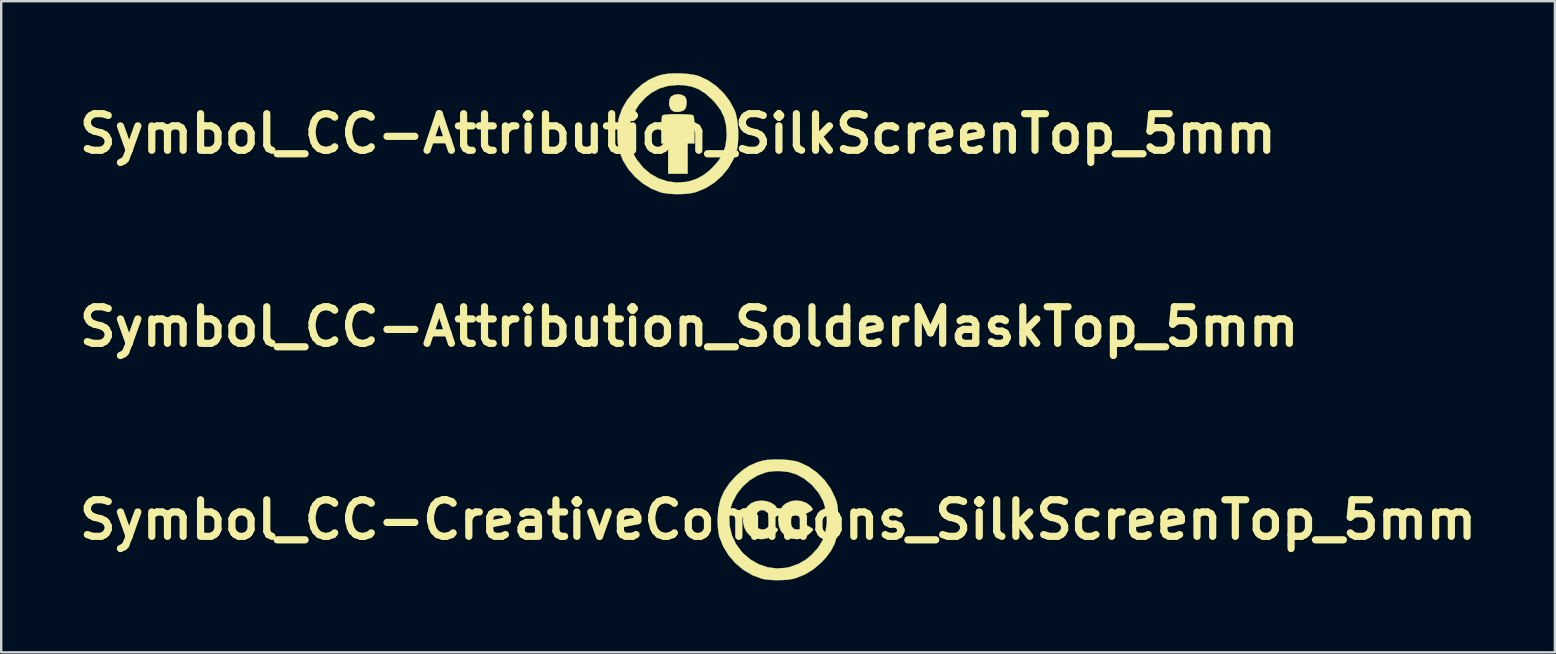
<source format=kicad_pcb>
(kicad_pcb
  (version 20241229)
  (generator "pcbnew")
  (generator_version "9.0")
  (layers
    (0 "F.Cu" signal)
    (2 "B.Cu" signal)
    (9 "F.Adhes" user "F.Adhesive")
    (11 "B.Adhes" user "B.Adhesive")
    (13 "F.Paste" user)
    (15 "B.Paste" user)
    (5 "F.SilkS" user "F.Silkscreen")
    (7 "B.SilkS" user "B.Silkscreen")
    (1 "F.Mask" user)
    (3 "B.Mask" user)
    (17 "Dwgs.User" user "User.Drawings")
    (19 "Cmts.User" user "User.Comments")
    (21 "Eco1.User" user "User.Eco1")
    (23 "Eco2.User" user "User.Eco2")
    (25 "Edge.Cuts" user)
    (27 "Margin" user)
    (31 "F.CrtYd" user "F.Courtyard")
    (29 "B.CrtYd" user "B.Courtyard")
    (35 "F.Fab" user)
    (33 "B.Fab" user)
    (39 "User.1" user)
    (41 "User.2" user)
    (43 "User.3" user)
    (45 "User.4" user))
  (footprint "Symbol_CC-Attribution_SilkScreenTop_5mm"
    (layer "F.Cu")
    (at 25.19 2.521)
    (property "Reference" "Symbol_CC-Attribution_SilkScreenTop_5mm" (at 0 0 0) (layer "F.SilkS") (effects (font (size 1.524 1.524) (thickness 0.3))))
    (attr through_hole)
    (fp_poly (pts (xy 0.158 -1.622) (xy 0.278 -1.56) (xy 0.325 -1.503) (xy 0.361 -1.377) (xy 0.361 -1.225) (xy 0.33 -1.084) (xy 0.294 -1.018) (xy 0.196 -0.95) (xy 0.055 -0.912) (xy -0.095 -0.909) (xy -0.19 -0.933) (xy -0.301 -1.022) (xy -0.358 -1.172) (xy -0.366 -1.28) (xy -0.346 -1.444) (xy -0.28 -1.552) (xy -0.157 -1.621) (xy -0.143 -1.625) (xy 0.008 -1.647) (xy 0.158 -1.622)) (stroke (width 0.01) (type solid)) (fill yes) (layer "F.SilkS"))
    (fp_poly (pts (xy 0.108 -0.814) (xy 0.302 -0.809) (xy 0.468 -0.799) (xy 0.588 -0.783) (xy 0.642 -0.764) (xy 0.665 -0.702) (xy 0.681 -0.567) (xy 0.689 -0.357) (xy 0.691 -0.154) (xy 0.691 0.406) (xy 0.406 0.406) (xy 0.406 1.666) (xy -0.406 1.666) (xy -0.406 0.406) (xy -0.691 0.406) (xy -0.691 -0.154) (xy -0.687 -0.422) (xy -0.677 -0.611) (xy -0.66 -0.726) (xy -0.642 -0.764) (xy -0.582 -0.784) (xy -0.458 -0.8) (xy -0.29 -0.81) (xy -0.095 -0.815) (xy 0.108 -0.814)) (stroke (width 0.01) (type solid)) (fill yes) (layer "F.SilkS"))
    (fp_poly (pts (xy 0.144 -2.512) (xy 0.437 -2.489) (xy 0.699 -2.449) (xy 0.883 -2.399) (xy 1.25 -2.228) (xy 1.594 -1.99) (xy 1.902 -1.697) (xy 2.159 -1.362) (xy 2.354 -0.999) (xy 2.401 -0.879) (xy 2.455 -0.667) (xy 2.493 -0.402) (xy 2.514 -0.11) (xy 2.515 0.184) (xy 2.497 0.452) (xy 2.463 0.652) (xy 2.322 1.049) (xy 2.111 1.419) (xy 1.841 1.751) (xy 1.521 2.036) (xy 1.16 2.264) (xy 0.768 2.426) (xy 0.665 2.455) (xy 0.444 2.494) (xy 0.176 2.514) (xy -0.111 2.516) (xy -0.388 2.499) (xy -0.627 2.464) (xy -0.711 2.444) (xy -1.097 2.293) (xy -1.458 2.074) (xy -1.783 1.798) (xy -2.062 1.477) (xy -2.284 1.12) (xy -2.438 0.74) (xy -2.458 0.668) (xy -2.494 0.462) (xy -2.514 0.206) (xy -2.518 -0.073) (xy -2.514 -0.166) (xy -2.027 -0.166) (xy -2.024 0.209) (xy -1.948 0.58) (xy -1.799 0.935) (xy -1.703 1.093) (xy -1.446 1.411) (xy -1.144 1.668) (xy -0.807 1.859) (xy -0.443 1.982) (xy -0.062 2.033) (xy 0.327 2.008) (xy 0.507 1.97) (xy 0.793 1.872) (xy 1.052 1.731) (xy 1.307 1.534) (xy 1.446 1.403) (xy 1.692 1.123) (xy 1.866 0.839) (xy 1.974 0.532) (xy 2.025 0.184) (xy 2.031 0) (xy 2.005 -0.367) (xy 1.924 -0.692) (xy 1.779 -0.99) (xy 1.564 -1.278) (xy 1.425 -1.426) (xy 1.148 -1.673) (xy 0.874 -1.849) (xy 0.584 -1.961) (xy 0.26 -2.019) (xy 0 -2.031) (xy -0.398 -1.996) (xy -0.76 -1.89) (xy -1.095 -1.71) (xy -1.34 -1.517) (xy -1.614 -1.221) (xy -1.821 -0.891) (xy -1.959 -0.536) (xy -2.027 -0.166) (xy -2.514 -0.166) (xy -2.506 -0.343) (xy -2.477 -0.577) (xy -2.458 -0.668) (xy -2.321 -1.049) (xy -2.114 -1.406) (xy -1.831 -1.747) (xy -1.77 -1.809) (xy -1.479 -2.067) (xy -1.186 -2.259) (xy -0.872 -2.398) (xy -0.652 -2.463) (xy -0.427 -2.5) (xy -0.153 -2.516) (xy 0.144 -2.512)) (stroke (width 0.01) (type solid)) (fill yes) (layer "F.SilkS")))
  (footprint "Symbol_CC-Attribution_SolderMaskTop_5mm"
    (layer "F.Cu")
    (at 25.661 10.563)
    (property "Reference" "Symbol_CC-Attribution_SolderMaskTop_5mm" (at 0 0 0) (layer "F.SilkS") (effects (font (size 1.524 1.524) (thickness 0.3))))
    (attr through_hole)
    (fp_poly (pts (xy 0.158 -1.622) (xy 0.278 -1.56) (xy 0.325 -1.503) (xy 0.361 -1.377) (xy 0.361 -1.225) (xy 0.33 -1.084) (xy 0.294 -1.018) (xy 0.196 -0.95) (xy 0.055 -0.912) (xy -0.095 -0.909) (xy -0.19 -0.933) (xy -0.301 -1.022) (xy -0.358 -1.172) (xy -0.366 -1.28) (xy -0.346 -1.444) (xy -0.28 -1.552) (xy -0.157 -1.621) (xy -0.143 -1.625) (xy 0.008 -1.647) (xy 0.158 -1.622)) (stroke (width 0.01) (type solid)) (fill yes) (layer "F.Mask"))
    (fp_poly (pts (xy 0.108 -0.814) (xy 0.302 -0.809) (xy 0.468 -0.799) (xy 0.588 -0.783) (xy 0.642 -0.764) (xy 0.665 -0.702) (xy 0.681 -0.567) (xy 0.689 -0.357) (xy 0.691 -0.154) (xy 0.691 0.406) (xy 0.406 0.406) (xy 0.406 1.666) (xy -0.406 1.666) (xy -0.406 0.406) (xy -0.691 0.406) (xy -0.691 -0.154) (xy -0.687 -0.422) (xy -0.677 -0.611) (xy -0.66 -0.726) (xy -0.642 -0.764) (xy -0.582 -0.784) (xy -0.458 -0.8) (xy -0.29 -0.81) (xy -0.095 -0.815) (xy 0.108 -0.814)) (stroke (width 0.01) (type solid)) (fill yes) (layer "F.Mask"))
    (fp_poly (pts (xy 0.144 -2.512) (xy 0.437 -2.489) (xy 0.699 -2.449) (xy 0.883 -2.399) (xy 1.25 -2.228) (xy 1.594 -1.99) (xy 1.902 -1.697) (xy 2.159 -1.362) (xy 2.354 -0.999) (xy 2.401 -0.879) (xy 2.455 -0.667) (xy 2.493 -0.402) (xy 2.514 -0.11) (xy 2.515 0.184) (xy 2.497 0.452) (xy 2.463 0.652) (xy 2.322 1.049) (xy 2.111 1.419) (xy 1.841 1.751) (xy 1.521 2.036) (xy 1.16 2.264) (xy 0.768 2.426) (xy 0.665 2.455) (xy 0.444 2.494) (xy 0.176 2.514) (xy -0.111 2.516) (xy -0.388 2.499) (xy -0.627 2.464) (xy -0.711 2.444) (xy -1.097 2.293) (xy -1.458 2.074) (xy -1.783 1.798) (xy -2.062 1.477) (xy -2.284 1.12) (xy -2.438 0.74) (xy -2.458 0.668) (xy -2.494 0.462) (xy -2.514 0.206) (xy -2.518 -0.073) (xy -2.514 -0.166) (xy -2.027 -0.166) (xy -2.024 0.209) (xy -1.948 0.58) (xy -1.799 0.935) (xy -1.703 1.093) (xy -1.446 1.411) (xy -1.144 1.668) (xy -0.807 1.859) (xy -0.443 1.982) (xy -0.062 2.033) (xy 0.327 2.008) (xy 0.507 1.97) (xy 0.793 1.872) (xy 1.052 1.731) (xy 1.307 1.534) (xy 1.446 1.403) (xy 1.692 1.123) (xy 1.866 0.839) (xy 1.974 0.532) (xy 2.025 0.184) (xy 2.031 0) (xy 2.005 -0.367) (xy 1.924 -0.692) (xy 1.779 -0.99) (xy 1.564 -1.278) (xy 1.425 -1.426) (xy 1.148 -1.673) (xy 0.874 -1.849) (xy 0.584 -1.961) (xy 0.26 -2.019) (xy 0 -2.031) (xy -0.398 -1.996) (xy -0.76 -1.89) (xy -1.095 -1.71) (xy -1.34 -1.517) (xy -1.614 -1.221) (xy -1.821 -0.891) (xy -1.959 -0.536) (xy -2.027 -0.166) (xy -2.514 -0.166) (xy -2.506 -0.343) (xy -2.477 -0.577) (xy -2.458 -0.668) (xy -2.321 -1.049) (xy -2.114 -1.406) (xy -1.831 -1.747) (xy -1.77 -1.809) (xy -1.479 -2.067) (xy -1.186 -2.259) (xy -0.872 -2.398) (xy -0.652 -2.463) (xy -0.427 -2.5) (xy -0.153 -2.516) (xy 0.144 -2.512)) (stroke (width 0.01) (type solid)) (fill yes) (layer "F.Mask")))
  (footprint "Symbol_CC-CreativeCommons_SilkScreenTop_5mm"
    (layer "F.Cu")
    (at 29.362 18.604)
    (property "Reference" "Symbol_CC-CreativeCommons_SilkScreenTop_5mm" (at 0 0 0) (layer "F.SilkS") (effects (font (size 1.524 1.524) (thickness 0.3))))
    (attr through_hole)
    (fp_poly (pts (xy -0.491 -0.779) (xy -0.291 -0.712) (xy -0.129 -0.602) (xy -0.041 -0.488) (xy -0.027 -0.437) (xy -0.059 -0.39) (xy -0.148 -0.331) (xy -0.18 -0.313) (xy -0.36 -0.212) (xy -0.451 -0.309) (xy -0.575 -0.394) (xy -0.704 -0.406) (xy -0.822 -0.35) (xy -0.91 -0.232) (xy -0.935 -0.162) (xy -0.955 -0.002) (xy -0.936 0.156) (xy -0.887 0.288) (xy -0.814 0.365) (xy -0.665 0.407) (xy -0.522 0.384) (xy -0.412 0.303) (xy -0.33 0.199) (xy -0.165 0.283) (xy -0.066 0.341) (xy -0.007 0.39) (xy 0 0.405) (xy -0.032 0.47) (xy -0.114 0.555) (xy -0.225 0.645) (xy -0.343 0.722) (xy -0.441 0.766) (xy -0.666 0.808) (xy -0.879 0.787) (xy -0.996 0.752) (xy -1.181 0.647) (xy -1.32 0.49) (xy -1.413 0.295) (xy -1.457 0.079) (xy -1.452 -0.142) (xy -1.396 -0.354) (xy -1.288 -0.54) (xy -1.126 -0.686) (xy -1.121 -0.689) (xy -0.925 -0.771) (xy -0.709 -0.8) (xy -0.491 -0.779)) (stroke (width 0.01) (type solid)) (fill yes) (layer "F.SilkS"))
    (fp_poly (pts (xy 0.968 -0.781) (xy 1.175 -0.706) (xy 1.345 -0.582) (xy 1.411 -0.5) (xy 1.44 -0.447) (xy 1.431 -0.407) (xy 1.372 -0.364) (xy 1.273 -0.312) (xy 1.077 -0.212) (xy 1.004 -0.309) (xy 0.9 -0.388) (xy 0.769 -0.407) (xy 0.642 -0.367) (xy 0.585 -0.321) (xy 0.53 -0.21) (xy 0.507 -0.056) (xy 0.516 0.11) (xy 0.558 0.256) (xy 0.58 0.296) (xy 0.681 0.385) (xy 0.81 0.411) (xy 0.944 0.373) (xy 1.035 0.302) (xy 1.131 0.198) (xy 1.297 0.283) (xy 1.396 0.34) (xy 1.455 0.386) (xy 1.463 0.399) (xy 1.432 0.457) (xy 1.352 0.539) (xy 1.245 0.628) (xy 1.13 0.706) (xy 1.048 0.75) (xy 0.823 0.806) (xy 0.588 0.787) (xy 0.467 0.752) (xy 0.271 0.642) (xy 0.126 0.474) (xy 0.036 0.258) (xy 0.007 0.001) (xy 0.013 -0.113) (xy 0.071 -0.366) (xy 0.189 -0.564) (xy 0.318 -0.677) (xy 0.519 -0.77) (xy 0.742 -0.804) (xy 0.968 -0.781)) (stroke (width 0.01) (type solid)) (fill yes) (layer "F.SilkS"))
    (fp_poly (pts (xy 0.116 -2.514) (xy 0.401 -2.494) (xy 0.658 -2.458) (xy 0.861 -2.406) (xy 0.866 -2.404) (xy 1.266 -2.218) (xy 1.627 -1.964) (xy 1.941 -1.651) (xy 2.2 -1.288) (xy 2.386 -0.902) (xy 2.435 -0.765) (xy 2.468 -0.63) (xy 2.489 -0.475) (xy 2.504 -0.276) (xy 2.51 -0.12) (xy 2.506 0.303) (xy 2.458 0.67) (xy 2.359 0.996) (xy 2.204 1.295) (xy 1.989 1.582) (xy 1.81 1.772) (xy 1.475 2.061) (xy 1.123 2.277) (xy 0.741 2.428) (xy 0.632 2.458) (xy 0.442 2.491) (xy 0.203 2.51) (xy -0.058 2.515) (xy -0.314 2.506) (xy -0.538 2.483) (xy -0.669 2.457) (xy -1.072 2.305) (xy -1.445 2.085) (xy -1.779 1.804) (xy -2.063 1.474) (xy -2.288 1.103) (xy -2.445 0.7) (xy -2.459 0.65) (xy -2.487 0.499) (xy -2.508 0.295) (xy -2.518 0.069) (xy -2.519 -0.006) (xy -2.512 -0.116) (xy -2.031 -0.116) (xy -2.014 0.272) (xy -1.92 0.648) (xy -1.754 1.003) (xy -1.516 1.328) (xy -1.443 1.406) (xy -1.138 1.663) (xy -0.799 1.854) (xy -0.434 1.977) (xy -0.057 2.027) (xy 0.322 2.001) (xy 0.469 1.97) (xy 0.834 1.844) (xy 1.155 1.66) (xy 1.396 1.462) (xy 1.664 1.168) (xy 1.856 0.856) (xy 1.976 0.516) (xy 2.029 0.136) (xy 2.032 -0.001) (xy 1.994 -0.404) (xy 1.88 -0.777) (xy 1.69 -1.121) (xy 1.426 -1.434) (xy 1.384 -1.474) (xy 1.081 -1.72) (xy 0.769 -1.891) (xy 0.434 -1.992) (xy 0.06 -2.03) (xy 0 -2.031) (xy -0.187 -2.023) (xy -0.375 -2.002) (xy -0.513 -1.976) (xy -0.865 -1.841) (xy -1.191 -1.639) (xy -1.478 -1.379) (xy -1.716 -1.074) (xy -1.894 -0.735) (xy -1.97 -0.507) (xy -2.031 -0.116) (xy -2.512 -0.116) (xy -2.491 -0.441) (xy -2.402 -0.832) (xy -2.247 -1.19) (xy -2.021 -1.528) (xy -1.768 -1.809) (xy -1.484 -2.063) (xy -1.198 -2.253) (xy -0.886 -2.391) (xy -0.649 -2.462) (xy -0.434 -2.499) (xy -0.171 -2.515) (xy 0.116 -2.514)) (stroke (width 0.01) (type solid)) (fill yes) (layer "F.SilkS")))
  (gr_rect
    (start -3 -3)
    (end 61.725 24.124)
    (stroke (width 0.1) (type default))
    (fill no)
    (layer "Edge.Cuts")))
</source>
